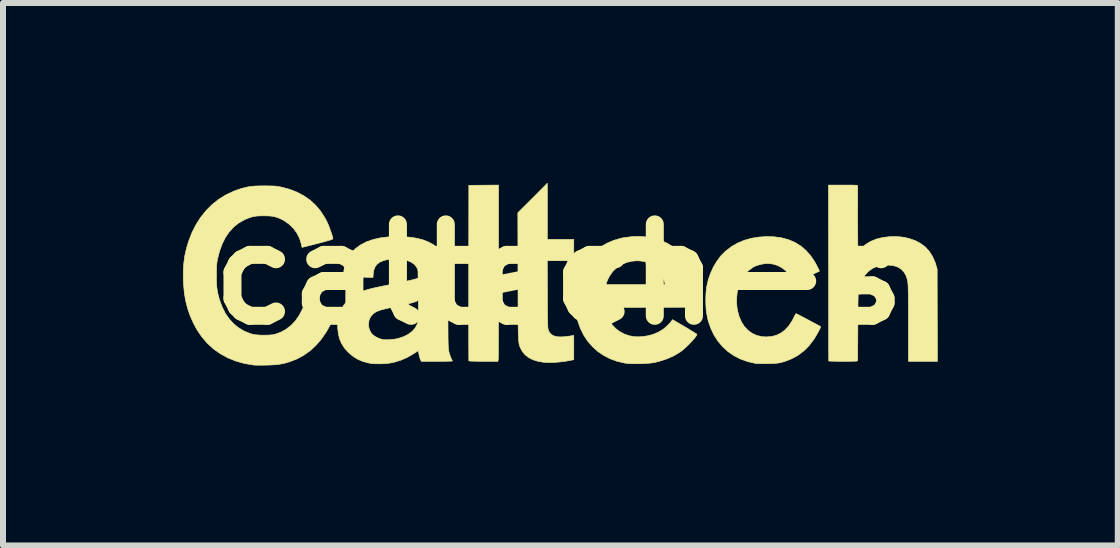
<source format=kicad_pcb>
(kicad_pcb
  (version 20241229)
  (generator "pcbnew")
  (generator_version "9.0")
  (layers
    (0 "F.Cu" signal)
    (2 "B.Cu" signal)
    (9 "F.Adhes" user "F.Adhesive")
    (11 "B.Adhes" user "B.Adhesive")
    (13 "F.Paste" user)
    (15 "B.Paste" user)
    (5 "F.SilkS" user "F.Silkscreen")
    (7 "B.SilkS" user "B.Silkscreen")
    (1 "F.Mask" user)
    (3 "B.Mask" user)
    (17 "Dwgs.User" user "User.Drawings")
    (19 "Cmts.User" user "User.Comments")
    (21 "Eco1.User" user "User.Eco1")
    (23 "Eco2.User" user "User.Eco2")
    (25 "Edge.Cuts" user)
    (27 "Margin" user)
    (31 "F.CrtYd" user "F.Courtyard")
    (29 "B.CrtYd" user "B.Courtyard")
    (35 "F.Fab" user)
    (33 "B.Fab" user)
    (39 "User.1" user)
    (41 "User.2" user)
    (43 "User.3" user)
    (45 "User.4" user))
  (footprint "caltech-s"
    (layer "F.Cu")
    (at 6.268 1.525)
    (property "Reference" "caltech-s" (at 0 0 0) (layer "F.SilkS") (effects (font (size 1.524 1.524) (thickness 0.3))))
    (attr through_hole)
    (fp_poly (pts (xy -1.008 -0.055) (xy -1.008 0.1) (xy -1.008 0.251) (xy -1.008 0.396) (xy -1.008 0.536) (xy -1.008 0.669) (xy -1.008 0.793) (xy -1.009 0.909) (xy -1.009 1.016) (xy -1.01 1.111) (xy -1.01 1.196) (xy -1.01 1.267) (xy -1.011 1.326) (xy -1.012 1.371) (xy -1.012 1.4) (xy -1.013 1.413) (xy -1.013 1.414) (xy -1.018 1.448) (xy -1.258 1.448) (xy -1.32 1.448) (xy -1.376 1.447) (xy -1.425 1.446) (xy -1.464 1.444) (xy -1.49 1.442) (xy -1.502 1.441) (xy -1.502 1.44) (xy -1.503 1.431) (xy -1.503 1.406) (xy -1.504 1.365) (xy -1.504 1.311) (xy -1.504 1.243) (xy -1.505 1.162) (xy -1.505 1.069) (xy -1.505 0.966) (xy -1.505 0.853) (xy -1.505 0.73) (xy -1.505 0.6) (xy -1.505 0.462) (xy -1.505 0.317) (xy -1.505 0.167) (xy -1.505 0.012) (xy -1.505 -0.027) (xy -1.503 -1.486) (xy -1.255 -1.488) (xy -1.008 -1.49) (xy -1.008 -0.055)) (stroke (width 0.01) (type solid)) (fill yes) (layer "F.SilkS"))
    (fp_poly (pts (xy -0.195 -0.584) (xy 0.246 -0.584) (xy 0.246 -0.229) (xy -0.196 -0.229) (xy -0.193 0.337) (xy -0.193 0.448) (xy -0.192 0.544) (xy -0.192 0.626) (xy -0.191 0.694) (xy -0.19 0.751) (xy -0.189 0.797) (xy -0.188 0.834) (xy -0.187 0.863) (xy -0.186 0.886) (xy -0.184 0.902) (xy -0.181 0.915) (xy -0.179 0.925) (xy -0.176 0.933) (xy -0.173 0.94) (xy -0.152 0.976) (xy -0.124 1.003) (xy -0.089 1.023) (xy -0.045 1.035) (xy 0.01 1.041) (xy 0.077 1.039) (xy 0.157 1.03) (xy 0.222 1.02) (xy 0.246 1.016) (xy 0.246 1.42) (xy 0.18 1.434) (xy 0.092 1.449) (xy -0.001 1.46) (xy -0.094 1.467) (xy -0.181 1.468) (xy -0.252 1.464) (xy -0.346 1.449) (xy -0.43 1.423) (xy -0.502 1.388) (xy -0.562 1.342) (xy -0.608 1.288) (xy -0.63 1.25) (xy -0.637 1.235) (xy -0.644 1.221) (xy -0.65 1.208) (xy -0.655 1.195) (xy -0.66 1.181) (xy -0.664 1.165) (xy -0.667 1.146) (xy -0.67 1.123) (xy -0.673 1.095) (xy -0.675 1.061) (xy -0.677 1.021) (xy -0.679 0.973) (xy -0.68 0.917) (xy -0.681 0.851) (xy -0.681 0.775) (xy -0.682 0.687) (xy -0.682 0.587) (xy -0.683 0.474) (xy -0.683 0.347) (xy -0.683 0.205) (xy -0.684 0.047) (xy -0.684 0.038) (xy -0.686 -1.029) (xy -0.44 -1.274) (xy -0.195 -1.52) (xy -0.195 -0.584)) (stroke (width 0.01) (type solid)) (fill yes) (layer "F.SilkS"))
    (fp_poly (pts (xy 1.474 -0.624) (xy 1.595 -0.6) (xy 1.708 -0.564) (xy 1.813 -0.515) (xy 1.908 -0.455) (xy 1.962 -0.411) (xy 2.034 -0.335) (xy 2.098 -0.245) (xy 2.153 -0.143) (xy 2.198 -0.028) (xy 2.234 0.097) (xy 2.26 0.232) (xy 2.275 0.376) (xy 2.28 0.466) (xy 2.282 0.546) (xy 1.532 0.548) (xy 0.782 0.55) (xy 0.788 0.6) (xy 0.806 0.686) (xy 0.839 0.766) (xy 0.885 0.838) (xy 0.943 0.9) (xy 1.011 0.952) (xy 1.088 0.993) (xy 1.173 1.022) (xy 1.264 1.038) (xy 1.35 1.039) (xy 1.461 1.026) (xy 1.563 1.001) (xy 1.656 0.962) (xy 1.738 0.912) (xy 1.792 0.866) (xy 1.82 0.838) (xy 1.847 0.811) (xy 1.866 0.788) (xy 1.872 0.781) (xy 1.893 0.753) (xy 2.096 0.872) (xy 2.149 0.903) (xy 2.196 0.932) (xy 2.237 0.957) (xy 2.269 0.977) (xy 2.29 0.991) (xy 2.299 0.998) (xy 2.299 0.999) (xy 2.293 1.015) (xy 2.276 1.04) (xy 2.25 1.073) (xy 2.218 1.109) (xy 2.181 1.149) (xy 2.142 1.188) (xy 2.101 1.226) (xy 2.063 1.259) (xy 2.028 1.286) (xy 2.018 1.293) (xy 1.916 1.354) (xy 1.802 1.405) (xy 1.678 1.446) (xy 1.598 1.466) (xy 1.553 1.474) (xy 1.495 1.48) (xy 1.428 1.484) (xy 1.357 1.487) (xy 1.286 1.488) (xy 1.218 1.487) (xy 1.158 1.484) (xy 1.109 1.479) (xy 1.096 1.477) (xy 0.967 1.447) (xy 0.85 1.404) (xy 0.743 1.349) (xy 0.645 1.282) (xy 0.563 1.208) (xy 0.479 1.113) (xy 0.411 1.01) (xy 0.356 0.899) (xy 0.314 0.78) (xy 0.287 0.65) (xy 0.272 0.511) (xy 0.27 0.424) (xy 0.277 0.282) (xy 0.295 0.169) (xy 0.785 0.169) (xy 1.769 0.169) (xy 1.764 0.142) (xy 1.744 0.074) (xy 1.711 0.006) (xy 1.669 -0.057) (xy 1.62 -0.11) (xy 1.62 -0.11) (xy 1.549 -0.163) (xy 1.472 -0.2) (xy 1.388 -0.222) (xy 1.303 -0.229) (xy 1.212 -0.221) (xy 1.124 -0.2) (xy 1.042 -0.165) (xy 0.968 -0.118) (xy 0.906 -0.061) (xy 0.882 -0.032) (xy 0.857 0.005) (xy 0.832 0.046) (xy 0.811 0.088) (xy 0.796 0.124) (xy 0.79 0.144) (xy 0.785 0.169) (xy 0.295 0.169) (xy 0.299 0.148) (xy 0.334 0.022) (xy 0.382 -0.095) (xy 0.442 -0.202) (xy 0.515 -0.299) (xy 0.599 -0.385) (xy 0.694 -0.459) (xy 0.8 -0.521) (xy 0.916 -0.57) (xy 1.042 -0.606) (xy 1.086 -0.614) (xy 1.218 -0.631) (xy 1.348 -0.634) (xy 1.474 -0.624)) (stroke (width 0.01) (type solid)) (fill yes) (layer "F.SilkS"))
    (fp_poly (pts (xy 3.585 -0.628) (xy 3.71 -0.611) (xy 3.825 -0.58) (xy 3.931 -0.535) (xy 4.027 -0.476) (xy 4.114 -0.403) (xy 4.192 -0.315) (xy 4.261 -0.214) (xy 4.299 -0.145) (xy 4.316 -0.11) (xy 4.33 -0.081) (xy 4.339 -0.062) (xy 4.341 -0.055) (xy 4.333 -0.051) (xy 4.312 -0.041) (xy 4.279 -0.026) (xy 4.237 -0.006) (xy 4.187 0.016) (xy 4.132 0.042) (xy 4.126 0.044) (xy 3.913 0.142) (xy 3.878 0.072) (xy 3.833 -0.002) (xy 3.777 -0.064) (xy 3.711 -0.115) (xy 3.639 -0.152) (xy 3.56 -0.175) (xy 3.478 -0.183) (xy 3.419 -0.179) (xy 3.369 -0.169) (xy 3.318 -0.156) (xy 3.273 -0.14) (xy 3.238 -0.123) (xy 3.235 -0.121) (xy 3.16 -0.066) (xy 3.098 -0.003) (xy 3.048 0.071) (xy 3.008 0.155) (xy 2.983 0.236) (xy 2.969 0.307) (xy 2.962 0.387) (xy 2.961 0.471) (xy 2.967 0.551) (xy 2.976 0.605) (xy 3.004 0.705) (xy 3.042 0.793) (xy 3.091 0.869) (xy 3.15 0.931) (xy 3.217 0.98) (xy 3.293 1.015) (xy 3.377 1.036) (xy 3.454 1.041) (xy 3.545 1.034) (xy 3.627 1.012) (xy 3.703 0.974) (xy 3.771 0.922) (xy 3.832 0.854) (xy 3.887 0.771) (xy 3.916 0.714) (xy 3.93 0.685) (xy 3.942 0.664) (xy 3.949 0.653) (xy 3.95 0.652) (xy 3.959 0.656) (xy 3.982 0.667) (xy 4.018 0.686) (xy 4.066 0.711) (xy 4.125 0.742) (xy 4.194 0.779) (xy 4.216 0.791) (xy 4.253 0.811) (xy 4.288 0.829) (xy 4.317 0.844) (xy 4.329 0.851) (xy 4.348 0.862) (xy 4.359 0.872) (xy 4.36 0.874) (xy 4.356 0.888) (xy 4.345 0.913) (xy 4.328 0.945) (xy 4.307 0.983) (xy 4.284 1.023) (xy 4.261 1.061) (xy 4.242 1.09) (xy 4.166 1.189) (xy 4.08 1.275) (xy 3.984 1.347) (xy 3.878 1.405) (xy 3.762 1.45) (xy 3.706 1.466) (xy 3.674 1.473) (xy 3.64 1.478) (xy 3.6 1.482) (xy 3.55 1.484) (xy 3.487 1.486) (xy 3.48 1.486) (xy 3.426 1.487) (xy 3.375 1.486) (xy 3.33 1.485) (xy 3.294 1.484) (xy 3.275 1.482) (xy 3.147 1.453) (xy 3.028 1.411) (xy 2.918 1.355) (xy 2.817 1.286) (xy 2.728 1.204) (xy 2.649 1.111) (xy 2.582 1.007) (xy 2.528 0.892) (xy 2.486 0.768) (xy 2.46 0.644) (xy 2.452 0.58) (xy 2.448 0.505) (xy 2.446 0.426) (xy 2.448 0.347) (xy 2.453 0.274) (xy 2.46 0.212) (xy 2.486 0.097) (xy 2.524 -0.015) (xy 2.572 -0.121) (xy 2.63 -0.219) (xy 2.695 -0.307) (xy 2.767 -0.38) (xy 2.775 -0.387) (xy 2.873 -0.463) (xy 2.978 -0.524) (xy 3.09 -0.57) (xy 3.21 -0.604) (xy 3.34 -0.624) (xy 3.45 -0.631) (xy 3.585 -0.628)) (stroke (width 0.01) (type solid)) (fill yes) (layer "F.SilkS"))
    (fp_poly (pts (xy 4.806 -1.49) (xy 4.861 -1.49) (xy 4.904 -1.489) (xy 4.934 -1.488) (xy 4.955 -1.487) (xy 4.968 -1.485) (xy 4.975 -1.482) (xy 4.978 -1.478) (xy 4.979 -1.475) (xy 4.979 -1.464) (xy 4.979 -1.438) (xy 4.979 -1.398) (xy 4.979 -1.345) (xy 4.979 -1.281) (xy 4.979 -1.208) (xy 4.978 -1.127) (xy 4.978 -1.039) (xy 4.978 -0.946) (xy 4.978 -0.931) (xy 4.978 -0.838) (xy 4.979 -0.749) (xy 4.979 -0.668) (xy 4.98 -0.594) (xy 4.98 -0.53) (xy 4.981 -0.476) (xy 4.982 -0.435) (xy 4.983 -0.408) (xy 4.984 -0.396) (xy 4.984 -0.395) (xy 4.992 -0.398) (xy 5.008 -0.411) (xy 5.029 -0.43) (xy 5.031 -0.432) (xy 5.108 -0.498) (xy 5.195 -0.551) (xy 5.292 -0.591) (xy 5.399 -0.617) (xy 5.516 -0.63) (xy 5.537 -0.631) (xy 5.623 -0.631) (xy 5.698 -0.626) (xy 5.769 -0.615) (xy 5.841 -0.598) (xy 5.844 -0.597) (xy 5.945 -0.561) (xy 6.033 -0.513) (xy 6.11 -0.454) (xy 6.174 -0.382) (xy 6.227 -0.299) (xy 6.269 -0.203) (xy 6.283 -0.157) (xy 6.303 -0.089) (xy 6.305 0.679) (xy 6.308 1.448) (xy 5.825 1.448) (xy 5.824 0.853) (xy 5.824 0.727) (xy 5.824 0.618) (xy 5.824 0.522) (xy 5.823 0.44) (xy 5.823 0.371) (xy 5.822 0.312) (xy 5.821 0.263) (xy 5.82 0.222) (xy 5.819 0.189) (xy 5.817 0.162) (xy 5.815 0.139) (xy 5.813 0.121) (xy 5.81 0.105) (xy 5.807 0.09) (xy 5.807 0.089) (xy 5.784 0.017) (xy 5.748 -0.042) (xy 5.702 -0.09) (xy 5.644 -0.125) (xy 5.615 -0.136) (xy 5.563 -0.149) (xy 5.5 -0.155) (xy 5.434 -0.156) (xy 5.37 -0.15) (xy 5.314 -0.138) (xy 5.308 -0.137) (xy 5.23 -0.103) (xy 5.162 -0.056) (xy 5.105 0.004) (xy 5.057 0.078) (xy 5.019 0.166) (xy 5.002 0.222) (xy 4.999 0.236) (xy 4.995 0.25) (xy 4.993 0.265) (xy 4.991 0.283) (xy 4.989 0.305) (xy 4.987 0.331) (xy 4.986 0.364) (xy 4.985 0.405) (xy 4.984 0.455) (xy 4.983 0.516) (xy 4.983 0.589) (xy 4.982 0.674) (xy 4.981 0.775) (xy 4.981 0.859) (xy 4.981 0.956) (xy 4.98 1.048) (xy 4.98 1.133) (xy 4.979 1.211) (xy 4.979 1.28) (xy 4.979 1.338) (xy 4.978 1.384) (xy 4.978 1.416) (xy 4.978 1.434) (xy 4.978 1.437) (xy 4.975 1.44) (xy 4.963 1.443) (xy 4.941 1.445) (xy 4.908 1.446) (xy 4.863 1.447) (xy 4.803 1.448) (xy 4.737 1.448) (xy 4.675 1.448) (xy 4.619 1.447) (xy 4.571 1.446) (xy 4.533 1.445) (xy 4.507 1.443) (xy 4.496 1.442) (xy 4.496 1.441) (xy 4.496 1.432) (xy 4.496 1.407) (xy 4.496 1.367) (xy 4.496 1.312) (xy 4.495 1.244) (xy 4.495 1.164) (xy 4.495 1.071) (xy 4.495 0.968) (xy 4.495 0.855) (xy 4.495 0.732) (xy 4.495 0.602) (xy 4.494 0.464) (xy 4.494 0.319) (xy 4.494 0.169) (xy 4.494 0.014) (xy 4.494 -0.028) (xy 4.492 -1.49) (xy 4.735 -1.49) (xy 4.806 -1.49)) (stroke (width 0.01) (type solid)) (fill yes) (layer "F.SilkS"))
    (fp_poly (pts (xy -4.845 -1.476) (xy -4.792 -1.475) (xy -4.75 -1.474) (xy -4.716 -1.471) (xy -4.685 -1.467) (xy -4.655 -1.462) (xy -4.635 -1.458) (xy -4.495 -1.421) (xy -4.368 -1.372) (xy -4.253 -1.311) (xy -4.148 -1.238) (xy -4.055 -1.152) (xy -3.973 -1.054) (xy -3.901 -0.942) (xy -3.874 -0.891) (xy -3.858 -0.857) (xy -3.84 -0.815) (xy -3.823 -0.77) (xy -3.806 -0.723) (xy -3.791 -0.68) (xy -3.779 -0.642) (xy -3.771 -0.612) (xy -3.769 -0.595) (xy -3.769 -0.594) (xy -3.776 -0.589) (xy -3.793 -0.581) (xy -3.823 -0.571) (xy -3.866 -0.559) (xy -3.923 -0.543) (xy -3.996 -0.524) (xy -4.027 -0.516) (xy -4.283 -0.451) (xy -4.297 -0.512) (xy -4.325 -0.603) (xy -4.369 -0.689) (xy -4.426 -0.767) (xy -4.494 -0.835) (xy -4.573 -0.891) (xy -4.606 -0.91) (xy -4.66 -0.936) (xy -4.709 -0.954) (xy -4.757 -0.967) (xy -4.81 -0.974) (xy -4.873 -0.977) (xy -4.919 -0.978) (xy -4.989 -0.977) (xy -5.046 -0.973) (xy -5.096 -0.965) (xy -5.144 -0.952) (xy -5.193 -0.934) (xy -5.245 -0.911) (xy -5.339 -0.858) (xy -5.423 -0.791) (xy -5.497 -0.71) (xy -5.561 -0.616) (xy -5.615 -0.508) (xy -5.659 -0.387) (xy -5.693 -0.253) (xy -5.695 -0.241) (xy -5.701 -0.208) (xy -5.705 -0.171) (xy -5.708 -0.128) (xy -5.71 -0.076) (xy -5.71 -0.011) (xy -5.71 0.017) (xy -5.71 0.096) (xy -5.708 0.162) (xy -5.703 0.219) (xy -5.696 0.271) (xy -5.686 0.322) (xy -5.672 0.377) (xy -5.659 0.423) (xy -5.616 0.54) (xy -5.563 0.646) (xy -5.498 0.74) (xy -5.424 0.822) (xy -5.34 0.89) (xy -5.247 0.945) (xy -5.146 0.985) (xy -5.11 0.996) (xy -5.067 1.004) (xy -5.013 1.009) (xy -4.952 1.012) (xy -4.889 1.012) (xy -4.828 1.01) (xy -4.775 1.005) (xy -4.734 0.997) (xy -4.733 0.997) (xy -4.636 0.962) (xy -4.547 0.912) (xy -4.465 0.848) (xy -4.392 0.771) (xy -4.329 0.679) (xy -4.275 0.575) (xy -4.25 0.515) (xy -4.223 0.442) (xy -4.188 0.457) (xy -4.17 0.465) (xy -4.14 0.479) (xy -4.099 0.497) (xy -4.052 0.519) (xy -4 0.543) (xy -3.975 0.554) (xy -3.922 0.579) (xy -3.873 0.601) (xy -3.83 0.621) (xy -3.795 0.637) (xy -3.772 0.647) (xy -3.765 0.65) (xy -3.753 0.655) (xy -3.744 0.661) (xy -3.74 0.668) (xy -3.74 0.68) (xy -3.746 0.699) (xy -3.758 0.726) (xy -3.776 0.763) (xy -3.801 0.814) (xy -3.806 0.826) (xy -3.88 0.959) (xy -3.962 1.078) (xy -4.052 1.182) (xy -4.15 1.272) (xy -4.256 1.347) (xy -4.371 1.409) (xy -4.48 1.451) (xy -4.541 1.471) (xy -4.599 1.485) (xy -4.656 1.496) (xy -4.718 1.504) (xy -4.787 1.508) (xy -4.868 1.511) (xy -4.89 1.511) (xy -4.943 1.512) (xy -4.993 1.512) (xy -5.036 1.512) (xy -5.069 1.511) (xy -5.087 1.51) (xy -5.088 1.51) (xy -5.242 1.484) (xy -5.386 1.444) (xy -5.52 1.39) (xy -5.643 1.323) (xy -5.757 1.243) (xy -5.86 1.149) (xy -5.952 1.042) (xy -6.034 0.922) (xy -6.091 0.817) (xy -6.147 0.693) (xy -6.19 0.569) (xy -6.223 0.44) (xy -6.246 0.304) (xy -6.259 0.157) (xy -6.263 0.089) (xy -6.263 -0.053) (xy -6.255 -0.184) (xy -6.238 -0.31) (xy -6.21 -0.434) (xy -6.176 -0.548) (xy -6.12 -0.694) (xy -6.051 -0.83) (xy -5.971 -0.955) (xy -5.88 -1.068) (xy -5.779 -1.168) (xy -5.668 -1.256) (xy -5.547 -1.33) (xy -5.417 -1.39) (xy -5.354 -1.413) (xy -5.29 -1.434) (xy -5.232 -1.449) (xy -5.177 -1.461) (xy -5.12 -1.469) (xy -5.058 -1.474) (xy -4.987 -1.476) (xy -4.911 -1.477) (xy -4.845 -1.476)) (stroke (width 0.01) (type solid)) (fill yes) (layer "F.SilkS"))
    (fp_poly (pts (xy -2.609 -0.63) (xy -2.485 -0.621) (xy -2.373 -0.604) (xy -2.273 -0.579) (xy -2.184 -0.545) (xy -2.104 -0.503) (xy -2.089 -0.494) (xy -2.02 -0.438) (xy -1.962 -0.37) (xy -1.915 -0.289) (xy -1.879 -0.196) (xy -1.879 -0.195) (xy -1.875 -0.183) (xy -1.872 -0.17) (xy -1.869 -0.157) (xy -1.867 -0.142) (xy -1.865 -0.123) (xy -1.863 -0.1) (xy -1.861 -0.072) (xy -1.86 -0.037) (xy -1.859 0.004) (xy -1.858 0.054) (xy -1.857 0.114) (xy -1.856 0.184) (xy -1.855 0.265) (xy -1.854 0.359) (xy -1.853 0.466) (xy -1.853 0.587) (xy -1.852 0.725) (xy -1.851 0.779) (xy -1.851 0.88) (xy -1.85 0.965) (xy -1.85 1.036) (xy -1.849 1.095) (xy -1.848 1.143) (xy -1.847 1.182) (xy -1.845 1.213) (xy -1.843 1.237) (xy -1.841 1.257) (xy -1.838 1.274) (xy -1.835 1.289) (xy -1.831 1.304) (xy -1.831 1.305) (xy -1.82 1.342) (xy -1.807 1.377) (xy -1.796 1.403) (xy -1.795 1.404) (xy -1.785 1.426) (xy -1.779 1.44) (xy -1.778 1.443) (xy -1.786 1.444) (xy -1.809 1.445) (xy -1.845 1.446) (xy -1.892 1.447) (xy -1.947 1.448) (xy -2.009 1.448) (xy -2.036 1.448) (xy -2.294 1.448) (xy -2.308 1.422) (xy -2.316 1.401) (xy -2.325 1.372) (xy -2.332 1.341) (xy -2.338 1.311) (xy -2.341 1.288) (xy -2.34 1.277) (xy -2.338 1.271) (xy -2.346 1.272) (xy -2.363 1.282) (xy -2.392 1.3) (xy -2.416 1.316) (xy -2.525 1.38) (xy -2.634 1.428) (xy -2.747 1.463) (xy -2.82 1.477) (xy -2.874 1.484) (xy -2.937 1.488) (xy -3.003 1.489) (xy -3.067 1.488) (xy -3.124 1.484) (xy -3.167 1.477) (xy -3.267 1.451) (xy -3.356 1.413) (xy -3.436 1.363) (xy -3.51 1.3) (xy -3.514 1.296) (xy -3.576 1.226) (xy -3.623 1.153) (xy -3.657 1.076) (xy -3.678 0.991) (xy -3.689 0.894) (xy -3.689 0.885) (xy -3.689 0.81) (xy -3.175 0.81) (xy -3.173 0.867) (xy -3.16 0.922) (xy -3.133 0.972) (xy -3.101 1.008) (xy -3.06 1.037) (xy -3.01 1.062) (xy -2.958 1.08) (xy -2.94 1.084) (xy -2.899 1.088) (xy -2.848 1.088) (xy -2.792 1.084) (xy -2.737 1.078) (xy -2.688 1.068) (xy -2.682 1.067) (xy -2.591 1.037) (xy -2.513 0.998) (xy -2.45 0.951) (xy -2.4 0.896) (xy -2.366 0.833) (xy -2.363 0.825) (xy -2.357 0.807) (xy -2.352 0.789) (xy -2.349 0.768) (xy -2.347 0.74) (xy -2.346 0.703) (xy -2.345 0.655) (xy -2.345 0.605) (xy -2.345 0.431) (xy -2.363 0.441) (xy -2.387 0.452) (xy -2.418 0.463) (xy -2.46 0.475) (xy -2.512 0.488) (xy -2.578 0.503) (xy -2.658 0.521) (xy -2.679 0.525) (xy -2.767 0.544) (xy -2.84 0.56) (xy -2.9 0.574) (xy -2.949 0.586) (xy -2.988 0.598) (xy -3.02 0.61) (xy -3.046 0.622) (xy -3.068 0.635) (xy -3.088 0.649) (xy -3.104 0.663) (xy -3.14 0.705) (xy -3.164 0.755) (xy -3.175 0.81) (xy -3.689 0.81) (xy -3.689 0.806) (xy -3.683 0.738) (xy -3.668 0.675) (xy -3.645 0.613) (xy -3.632 0.586) (xy -3.583 0.505) (xy -3.52 0.433) (xy -3.442 0.37) (xy -3.35 0.315) (xy -3.348 0.314) (xy -3.318 0.299) (xy -3.289 0.286) (xy -3.257 0.273) (xy -3.223 0.262) (xy -3.183 0.25) (xy -3.136 0.238) (xy -3.08 0.224) (xy -3.013 0.21) (xy -2.934 0.193) (xy -2.84 0.174) (xy -2.819 0.17) (xy -2.743 0.154) (xy -2.67 0.139) (xy -2.601 0.125) (xy -2.54 0.111) (xy -2.488 0.1) (xy -2.447 0.09) (xy -2.421 0.084) (xy -2.417 0.083) (xy -2.349 0.063) (xy -2.35 -0.009) (xy -2.35 -0.046) (xy -2.353 -0.073) (xy -2.36 -0.094) (xy -2.37 -0.116) (xy -2.373 -0.12) (xy -2.409 -0.166) (xy -2.46 -0.203) (xy -2.524 -0.23) (xy -2.527 -0.231) (xy -2.553 -0.238) (xy -2.577 -0.243) (xy -2.605 -0.247) (xy -2.64 -0.249) (xy -2.685 -0.25) (xy -2.726 -0.25) (xy -2.781 -0.249) (xy -2.822 -0.248) (xy -2.855 -0.246) (xy -2.881 -0.243) (xy -2.905 -0.237) (xy -2.928 -0.23) (xy -2.988 -0.205) (xy -3.034 -0.17) (xy -3.067 -0.125) (xy -3.088 -0.069) (xy -3.097 -0.011) (xy -3.101 0.051) (xy -3.229 0.046) (xy -3.277 0.044) (xy -3.32 0.042) (xy -3.356 0.04) (xy -3.381 0.039) (xy -3.387 0.038) (xy -3.408 0.037) (xy -3.441 0.036) (xy -3.48 0.035) (xy -3.503 0.034) (xy -3.59 0.034) (xy -3.59 -0.015) (xy -3.582 -0.091) (xy -3.562 -0.171) (xy -3.532 -0.249) (xy -3.492 -0.321) (xy -3.462 -0.361) (xy -3.39 -0.433) (xy -3.306 -0.494) (xy -3.21 -0.544) (xy -3.1 -0.582) (xy -2.979 -0.61) (xy -2.846 -0.626) (xy -2.747 -0.631) (xy -2.609 -0.63)) (stroke (width 0.01) (type solid)) (fill yes) (layer "F.SilkS")))
  (gr_rect
    (start -3 -3)
    (end 15.582 6.042)
    (stroke (width 0.1) (type default))
    (fill no)
    (layer "Edge.Cuts")))
</source>
